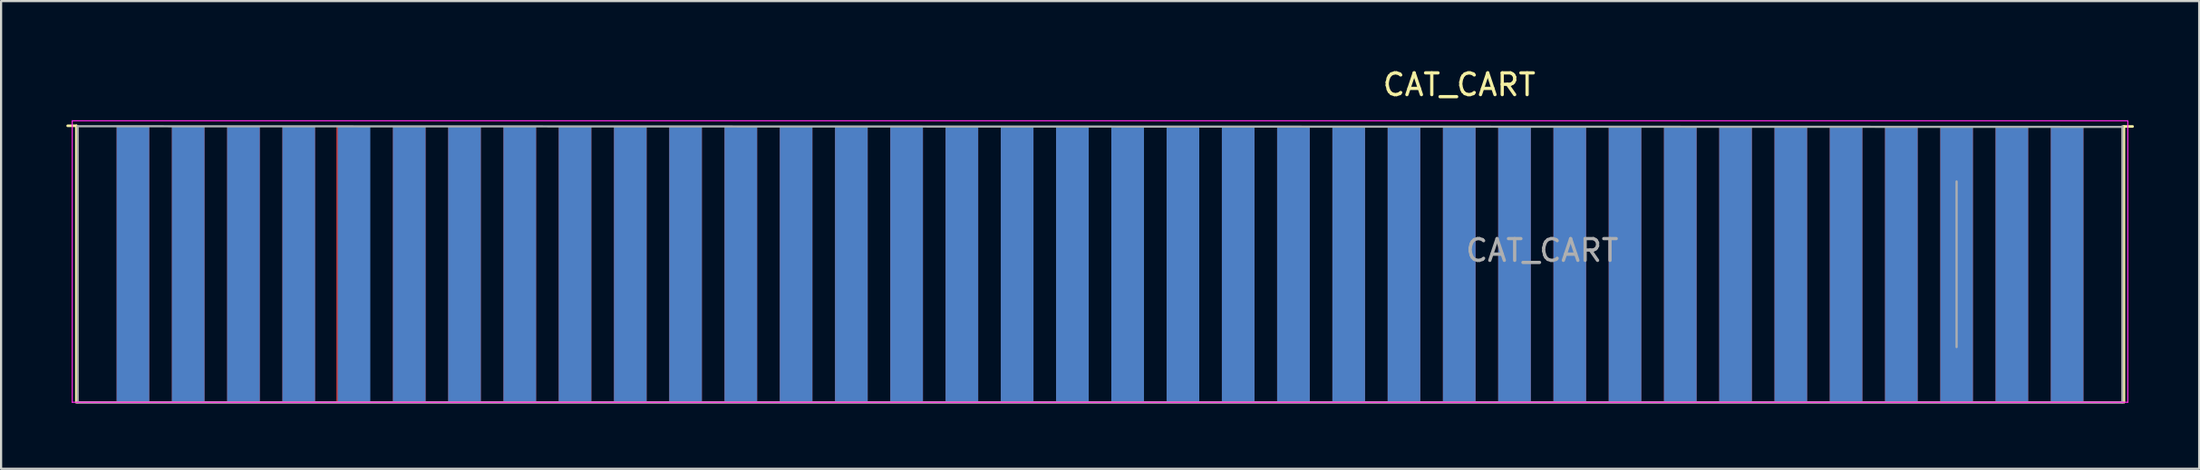
<source format=kicad_pcb>
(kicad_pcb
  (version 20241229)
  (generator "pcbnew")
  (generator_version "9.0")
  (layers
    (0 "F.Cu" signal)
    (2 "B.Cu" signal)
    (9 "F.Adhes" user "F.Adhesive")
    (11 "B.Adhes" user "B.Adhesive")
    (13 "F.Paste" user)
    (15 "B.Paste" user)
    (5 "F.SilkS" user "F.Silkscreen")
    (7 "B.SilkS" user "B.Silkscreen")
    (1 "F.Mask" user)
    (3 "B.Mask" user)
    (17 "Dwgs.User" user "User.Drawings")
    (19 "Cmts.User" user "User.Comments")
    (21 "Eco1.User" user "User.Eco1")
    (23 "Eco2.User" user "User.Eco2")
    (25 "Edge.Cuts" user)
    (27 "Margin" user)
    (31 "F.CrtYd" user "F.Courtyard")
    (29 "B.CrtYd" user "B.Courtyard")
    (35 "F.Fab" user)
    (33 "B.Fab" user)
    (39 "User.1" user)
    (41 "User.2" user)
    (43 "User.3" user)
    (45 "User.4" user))
  (footprint "CAT_CART"
    (layer "F.Cu")
    (at 49.82 9.108)
    (property "Reference" "CAT_CART" (at 14.2 -8.26 0) (layer "F.SilkS") (effects (font (size 1 1) (thickness 0.15))))
    (attr exclude_from_pos_files exclude_from_bom)
    (fp_line (start -49.36 -6.37) (end -49.76 -6.37) (stroke (width 0.12) (type solid)) (layer "F.SilkS"))
    (fp_line (start -49.36 6.35) (end -49.36 -6.37) (stroke (width 0.12) (type solid)) (layer "F.SilkS"))
    (fp_line (start 44.75 -6.34) (end 45.15 -6.34) (stroke (width 0.12) (type solid)) (layer "F.SilkS"))
    (fp_line (start 44.75 6.35) (end 44.75 -6.34) (stroke (width 0.12) (type solid)) (layer "F.SilkS"))
    (fp_line (start -49.55 6.35) (end -49.55 -6.6) (stroke (width 0.05) (type solid)) (layer "F.CrtYd"))
    (fp_line (start -49.55 6.35) (end 44.93 6.35) (stroke (width 0.05) (type solid)) (layer "F.CrtYd"))
    (fp_line (start 44.93 -6.6) (end -49.55 -6.6) (stroke (width 0.05) (type solid)) (layer "F.CrtYd"))
    (fp_line (start 44.93 -6.6) (end 44.93 6.35) (stroke (width 0.05) (type solid)) (layer "F.CrtYd"))
    (fp_line (start -49.3 -6.35) (end -49.3 6.35) (stroke (width 0.1) (type solid)) (layer "F.Fab"))
    (fp_line (start -49.3 6.35) (end 44.68 6.35) (stroke (width 0.1) (type solid)) (layer "F.Fab"))
    (fp_line (start -49.3 6.35) (end 44.68 6.35) (stroke (width 0.1) (type solid)) (layer "F.Fab"))
    (fp_line (start 37.06 -3.81) (end 37.06 3.81) (stroke (width 0.1) (type solid)) (layer "F.Fab"))
    (fp_line (start 44.68 -6.32) (end -49.3 -6.35) (stroke (width 0.1) (type solid)) (layer "F.Fab"))
    (fp_line (start 44.68 6.35) (end -49.3 6.35) (stroke (width 0.1) (type solid)) (layer "F.Fab"))
    (fp_line (start 44.68 6.35) (end 44.68 -6.35) (stroke (width 0.1) (type solid)) (layer "F.Fab"))
    (fp_text user "${REFERENCE}" (at 18.01 -0.635 0) (layer "F.Fab") (effects (font (size 1 1) (thickness 0.15))))
    (pad "1" connect rect (at -46.76 0) (size 1.5 12.7) (layers "B.Cu" "B.Mask"))
    (pad "2" connect rect (at -44.22 0) (size 1.5 12.7) (layers "B.Cu" "B.Mask"))
    (pad "3" connect rect (at -41.68 0) (size 1.5 12.7) (layers "B.Cu" "B.Mask"))
    (pad "4" connect rect (at -39.14 0) (size 1.5 12.7) (layers "B.Cu" "B.Mask"))
    (pad "5" connect rect (at -36.6 0) (size 1.5 12.7) (layers "B.Cu" "B.Mask"))
    (pad "6" connect rect (at -34.06 0) (size 1.5 12.7) (layers "B.Cu" "B.Mask"))
    (pad "7" connect rect (at -31.52 0) (size 1.5 12.7) (layers "B.Cu" "B.Mask"))
    (pad "8" connect rect (at -28.98 0) (size 1.5 12.7) (layers "B.Cu" "B.Mask"))
    (pad "9" connect rect (at -26.44 0) (size 1.5 12.7) (layers "B.Cu" "B.Mask"))
    (pad "10" connect rect (at -23.9 0) (size 1.5 12.7) (layers "B.Cu" "B.Mask"))
    (pad "11" connect rect (at -21.36 0) (size 1.5 12.7) (layers "B.Cu" "B.Mask"))
    (pad "12" connect rect (at -18.82 0) (size 1.5 12.7) (layers "B.Cu" "B.Mask"))
    (pad "13" connect rect (at -16.28 0) (size 1.5 12.7) (layers "B.Cu" "B.Mask"))
    (pad "14" connect rect (at -13.74 0) (size 1.5 12.7) (layers "B.Cu" "B.Mask"))
    (pad "15" connect rect (at -11.2 0) (size 1.5 12.7) (layers "B.Cu" "B.Mask"))
    (pad "16" connect rect (at -8.66 0) (size 1.5 12.7) (layers "B.Cu" "B.Mask"))
    (pad "17" connect rect (at -6.12 0) (size 1.5 12.7) (layers "B.Cu" "B.Mask"))
    (pad "18" connect rect (at -3.58 0) (size 1.5 12.7) (layers "B.Cu" "B.Mask"))
    (pad "19" connect rect (at -1.04 0) (size 1.5 12.7) (layers "B.Cu" "B.Mask"))
    (pad "20" connect rect (at 1.5 0) (size 1.5 12.7) (layers "B.Cu" "B.Mask"))
    (pad "21" connect rect (at 4.04 0) (size 1.5 12.7) (layers "B.Cu" "B.Mask"))
    (pad "22" connect rect (at 6.58 0) (size 1.5 12.7) (layers "B.Cu" "B.Mask"))
    (pad "23" connect rect (at 9.12 0) (size 1.5 12.7) (layers "B.Cu" "B.Mask"))
    (pad "24" connect rect (at 11.66 0) (size 1.5 12.7) (layers "B.Cu" "B.Mask"))
    (pad "25" connect rect (at 14.2 0) (size 1.5 12.7) (layers "B.Cu" "B.Mask"))
    (pad "26" connect rect (at 16.74 0) (size 1.5 12.7) (layers "B.Cu" "B.Mask"))
    (pad "27" connect rect (at 19.28 0) (size 1.5 12.7) (layers "B.Cu" "B.Mask"))
    (pad "28" connect rect (at 21.82 0) (size 1.5 12.7) (layers "B.Cu" "B.Mask"))
    (pad "29" connect rect (at 24.36 0) (size 1.5 12.7) (layers "B.Cu" "B.Mask"))
    (pad "30" connect rect (at 26.9 0) (size 1.5 12.7) (layers "B.Cu" "B.Mask"))
    (pad "31" connect rect (at 29.44 0) (size 1.5 12.7) (layers "B.Cu" "B.Mask"))
    (pad "32" connect rect (at 31.98 0) (size 1.5 12.7) (layers "B.Cu" "B.Mask"))
    (pad "33" connect rect (at 34.52 0) (size 1.5 12.7) (layers "B.Cu" "B.Mask"))
    (pad "34" connect rect (at 37.06 0) (size 1.5 12.7) (layers "B.Cu" "B.Mask"))
    (pad "35" connect rect (at 39.6 0) (size 1.5 12.7) (layers "B.Cu" "B.Mask"))
    (pad "36" connect rect (at 42.14 0) (size 1.5 12.7) (layers "B.Cu" "B.Mask"))
    (pad "37" connect rect (at 42.14 0) (size 1.5 12.7) (layers "F.Cu" "F.Mask"))
    (pad "38" connect rect (at 39.6 0) (size 1.5 12.7) (layers "F.Cu" "F.Mask"))
    (pad "39" connect rect (at 37.06 0) (size 1.5 12.7) (layers "F.Cu" "F.Mask"))
    (pad "40" connect rect (at 34.52 0) (size 1.5 12.7) (layers "F.Cu" "F.Mask"))
    (pad "41" connect rect (at 31.98 0) (size 1.5 12.7) (layers "F.Cu" "F.Mask"))
    (pad "42" connect rect (at 29.44 0) (size 1.5 12.7) (layers "F.Cu" "F.Mask"))
    (pad "43" connect rect (at 26.9 0) (size 1.5 12.7) (layers "F.Cu" "F.Mask"))
    (pad "44" connect rect (at 24.36 0) (size 1.5 12.7) (layers "F.Cu" "F.Mask"))
    (pad "45" connect rect (at 21.82 0) (size 1.5 12.7) (layers "F.Cu" "F.Mask"))
    (pad "46" connect rect (at 19.28 0) (size 1.5 12.7) (layers "F.Cu" "F.Mask"))
    (pad "47" connect rect (at 16.74 0) (size 1.5 12.7) (layers "F.Cu" "F.Mask"))
    (pad "48" connect rect (at 14.2 0) (size 1.5 12.7) (layers "F.Cu" "F.Mask"))
    (pad "49" connect rect (at 11.66 0) (size 1.5 12.7) (layers "F.Cu" "F.Mask"))
    (pad "50" connect rect (at 9.12 0) (size 1.5 12.7) (layers "F.Cu" "F.Mask"))
    (pad "51" connect rect (at 6.58 0) (size 1.5 12.7) (layers "F.Cu" "F.Mask"))
    (pad "52" connect rect (at 4.04 0) (size 1.5 12.7) (layers "F.Cu" "F.Mask"))
    (pad "53" connect rect (at 1.5 0) (size 1.5 12.7) (layers "F.Cu" "F.Mask"))
    (pad "54" connect rect (at -1.04 0) (size 1.5 12.7) (layers "F.Cu" "F.Mask"))
    (pad "55" connect rect (at -3.58 0) (size 1.5 12.7) (layers "F.Cu" "F.Mask"))
    (pad "56" connect rect (at -6.12 0) (size 1.5 12.7) (layers "F.Cu" "F.Mask"))
    (pad "57" connect rect (at -8.66 0) (size 1.5 12.7) (layers "F.Cu" "F.Mask"))
    (pad "58" connect rect (at -11.2 0) (size 1.5 12.7) (layers "F.Cu" "F.Mask"))
    (pad "59" connect rect (at -13.74 0) (size 1.5 12.7) (layers "F.Cu" "F.Mask"))
    (pad "60" connect rect (at -16.28 0) (size 1.5 12.7) (layers "F.Cu" "F.Mask"))
    (pad "61" connect rect (at -18.82 0) (size 1.5 12.7) (layers "F.Cu" "F.Mask"))
    (pad "62" connect rect (at -21.36 0) (size 1.5 12.7) (layers "F.Cu" "F.Mask"))
    (pad "63" connect rect (at -23.9 0) (size 1.5 12.7) (layers "F.Cu" "F.Mask"))
    (pad "64" connect rect (at -26.44 0) (size 1.5 12.7) (layers "F.Cu" "F.Mask"))
    (pad "65" connect rect (at -28.98 0) (size 1.5 12.7) (layers "F.Cu" "F.Mask"))
    (pad "66" connect rect (at -31.52 0) (size 1.5 12.7) (layers "F.Cu" "F.Mask"))
    (pad "67" connect rect (at -34.06 0) (size 1.5 12.7) (layers "F.Cu" "F.Mask"))
    (pad "68" connect rect (at -36.66 0) (size 1.5 12.7) (layers "F.Cu" "F.Mask"))
    (pad "69" connect rect (at -39.14 0) (size 1.5 12.7) (layers "F.Cu" "F.Mask"))
    (pad "70" connect rect (at -41.68 0) (size 1.5 12.7) (layers "F.Cu" "F.Mask"))
    (pad "71" connect rect (at -44.22 0) (size 1.5 12.7) (layers "F.Cu" "F.Mask"))
    (pad "72" connect rect (at -46.76 0) (size 1.5 12.7) (layers "F.Cu" "F.Mask")))
  (gr_rect
    (start -3 -3)
    (end 98.03 18.518)
    (stroke (width 0.1) (type default))
    (fill no)
    (layer "Edge.Cuts")))
</source>
